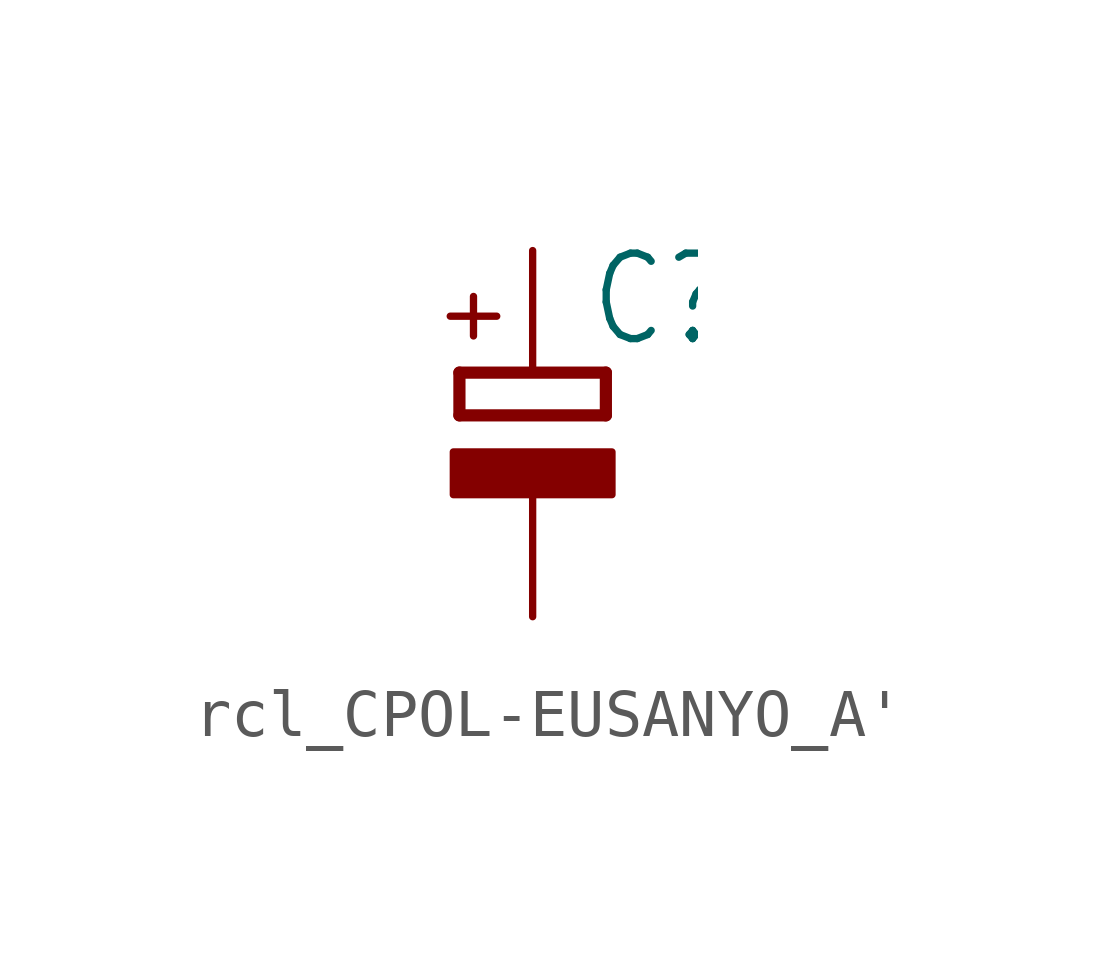
<source format=kicad_sym>
(kicad_symbol_lib
  (version 20241209)
  (generator "kicad_symbol_editor")
  (generator_version "9.0")
  (symbol "rcl_CPOL-EUSANYO_A'"
    (property "Reference" "C"
      (at 1.143 0.483 0)
      (effects (font (size 1.778 1.511)) (justify left bottom)))
    (property "Value" ""
      (at 1.143 -4.597 0)
      (effects (font (size 1.778 1.511)) (justify left bottom)))
    (property "ki_locked" ""
      (at 0 0 0)
      (effects (font (size 1.27 1.27))))
    (symbol "rcl_CPOL-EUSANYO_A'_1_0"
      (rectangle (start -1.651 -2.54) (end 1.651 -1.651) (stroke (width 0) (type default)) (fill (type outline)))
      (polyline (pts (xy -1.524 0) (xy -1.524 -0.889)) (stroke (width 0.254) (type solid)) (fill (type none)))
      (polyline (pts (xy -1.524 0) (xy 1.524 0)) (stroke (width 0.254) (type solid)) (fill (type none)))
      (polyline (pts (xy -1.524 -0.889) (xy 1.524 -0.889)) (stroke (width 0.254) (type solid)) (fill (type none)))
      (polyline (pts (xy 1.524 -0.889) (xy 1.524 0)) (stroke (width 0.254) (type solid)) (fill (type none)))
      (text "+" (at -0.584 0.406 900) (effects (font (size 1.27 1.079)) (justify left bottom)))
      (pin passive line (at 0 2.54 270) (length 2.54) (name "+" (effects (font (size 0 0)))) (number "+" (effects (font (size 0 0)))))
      (pin passive line (at 0 -5.08 90) (length 2.54) (name "-" (effects (font (size 0 0)))) (number "-" (effects (font (size 0 0))))))))
</source>
